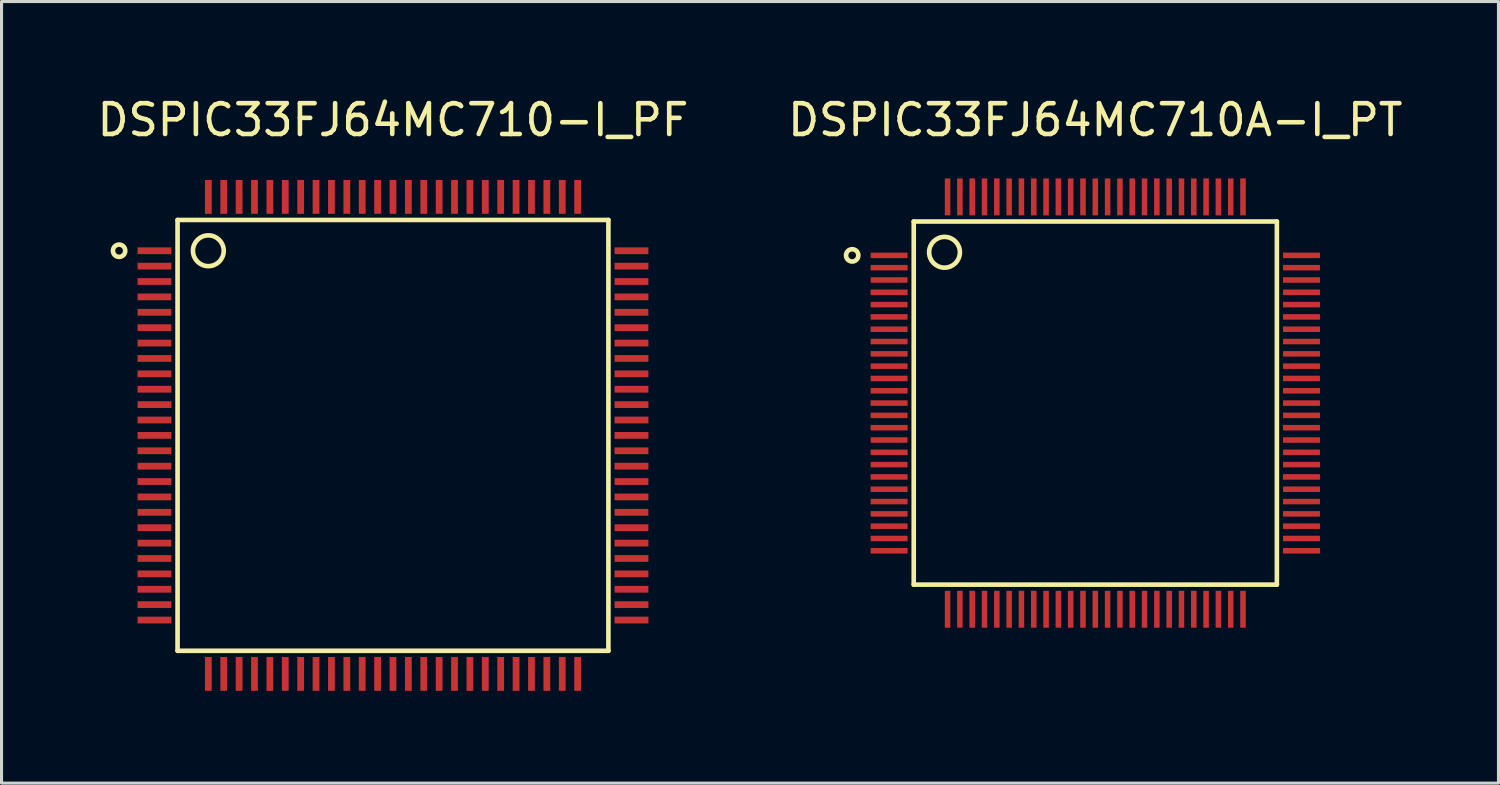
<source format=kicad_pcb>
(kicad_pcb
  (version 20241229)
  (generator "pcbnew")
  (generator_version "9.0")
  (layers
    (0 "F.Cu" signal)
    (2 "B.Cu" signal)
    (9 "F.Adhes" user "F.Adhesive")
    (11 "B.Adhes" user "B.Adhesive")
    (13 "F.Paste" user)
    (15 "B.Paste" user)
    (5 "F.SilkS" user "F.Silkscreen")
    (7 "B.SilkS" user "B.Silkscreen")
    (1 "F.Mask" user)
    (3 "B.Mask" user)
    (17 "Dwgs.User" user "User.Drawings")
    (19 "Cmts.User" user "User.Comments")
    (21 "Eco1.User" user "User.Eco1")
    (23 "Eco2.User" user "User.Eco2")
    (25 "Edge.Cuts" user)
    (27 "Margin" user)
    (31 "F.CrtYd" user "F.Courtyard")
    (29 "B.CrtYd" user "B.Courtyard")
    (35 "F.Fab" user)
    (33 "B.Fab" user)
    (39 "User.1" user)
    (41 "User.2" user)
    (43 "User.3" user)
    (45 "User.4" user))
  (footprint "DSPIC33FJ64MC710-I_PF"
    (layer "F.Cu")
    (at 1.97 3.348)
    (property "Reference" "DSPIC33FJ64MC710-I_PF" (at 7.75 -2.5 0) (layer "F.SilkS") (effects (font (size 1 1) (thickness 0.15))))
    (attr through_hole)
    (fp_line (start 0.75 0.75) (end 0.75 14.75) (stroke (width 0.15) (type solid)) (layer "F.SilkS"))
    (fp_line (start 0.75 0.75) (end 14.75 0.75) (stroke (width 0.15) (type solid)) (layer "F.SilkS"))
    (fp_line (start 0.75 14.75) (end 14.75 14.75) (stroke (width 0.15) (type solid)) (layer "F.SilkS"))
    (fp_line (start 14.75 14.75) (end 14.75 0.75) (stroke (width 0.15) (type solid)) (layer "F.SilkS"))
    (fp_circle (center -1.15 1.75) (end -1.15 1.55) (stroke (width 0.15) (type solid)) (fill no) (layer "F.SilkS"))
    (fp_circle (center 1.75 1.75) (end 1.75 1.25) (stroke (width 0.15) (type solid)) (fill no) (layer "F.SilkS"))
    (pad "1" smd rect (at 0 1.75) (size 1.1 0.22) (layers "F.Cu" "F.Mask" "F.Paste"))
    (pad "2" smd rect (at 0 2.25) (size 1.1 0.22) (layers "F.Cu" "F.Mask" "F.Paste"))
    (pad "3" smd rect (at 0 2.75) (size 1.1 0.22) (layers "F.Cu" "F.Mask" "F.Paste"))
    (pad "4" smd rect (at 0 3.25) (size 1.1 0.22) (layers "F.Cu" "F.Mask" "F.Paste"))
    (pad "5" smd rect (at 0 3.75) (size 1.1 0.22) (layers "F.Cu" "F.Mask" "F.Paste"))
    (pad "6" smd rect (at 0 4.25) (size 1.1 0.22) (layers "F.Cu" "F.Mask" "F.Paste"))
    (pad "7" smd rect (at 0 4.75) (size 1.1 0.22) (layers "F.Cu" "F.Mask" "F.Paste"))
    (pad "8" smd rect (at 0 5.25) (size 1.1 0.22) (layers "F.Cu" "F.Mask" "F.Paste"))
    (pad "9" smd rect (at 0 5.75) (size 1.1 0.22) (layers "F.Cu" "F.Mask" "F.Paste"))
    (pad "10" smd rect (at 0 6.25) (size 1.1 0.22) (layers "F.Cu" "F.Mask" "F.Paste"))
    (pad "11" smd rect (at 0 6.75) (size 1.1 0.22) (layers "F.Cu" "F.Mask" "F.Paste"))
    (pad "12" smd rect (at 0 7.25) (size 1.1 0.22) (layers "F.Cu" "F.Mask" "F.Paste"))
    (pad "13" smd rect (at 0 7.75) (size 1.1 0.22) (layers "F.Cu" "F.Mask" "F.Paste"))
    (pad "14" smd rect (at 0 8.25) (size 1.1 0.22) (layers "F.Cu" "F.Mask" "F.Paste"))
    (pad "15" smd rect (at 0 8.75) (size 1.1 0.22) (layers "F.Cu" "F.Mask" "F.Paste"))
    (pad "16" smd rect (at 0 9.25) (size 1.1 0.22) (layers "F.Cu" "F.Mask" "F.Paste"))
    (pad "17" smd rect (at 0 9.75) (size 1.1 0.22) (layers "F.Cu" "F.Mask" "F.Paste"))
    (pad "18" smd rect (at 0 10.25) (size 1.1 0.22) (layers "F.Cu" "F.Mask" "F.Paste"))
    (pad "19" smd rect (at 0 10.75) (size 1.1 0.22) (layers "F.Cu" "F.Mask" "F.Paste"))
    (pad "20" smd rect (at 0 11.25) (size 1.1 0.22) (layers "F.Cu" "F.Mask" "F.Paste"))
    (pad "21" smd rect (at 0 11.75) (size 1.1 0.22) (layers "F.Cu" "F.Mask" "F.Paste"))
    (pad "22" smd rect (at 0 12.25) (size 1.1 0.22) (layers "F.Cu" "F.Mask" "F.Paste"))
    (pad "23" smd rect (at 0 12.75) (size 1.1 0.22) (layers "F.Cu" "F.Mask" "F.Paste"))
    (pad "24" smd rect (at 0 13.25) (size 1.1 0.22) (layers "F.Cu" "F.Mask" "F.Paste"))
    (pad "25" smd rect (at 0 13.75) (size 1.1 0.22) (layers "F.Cu" "F.Mask" "F.Paste"))
    (pad "26" smd rect (at 1.75 15.5) (size 0.22 1.1) (layers "F.Cu" "F.Mask" "F.Paste"))
    (pad "27" smd rect (at 2.25 15.5) (size 0.22 1.1) (layers "F.Cu" "F.Mask" "F.Paste"))
    (pad "28" smd rect (at 2.75 15.5) (size 0.22 1.1) (layers "F.Cu" "F.Mask" "F.Paste"))
    (pad "29" smd rect (at 3.25 15.5) (size 0.22 1.1) (layers "F.Cu" "F.Mask" "F.Paste"))
    (pad "30" smd rect (at 3.75 15.5) (size 0.22 1.1) (layers "F.Cu" "F.Mask" "F.Paste"))
    (pad "31" smd rect (at 4.25 15.5) (size 0.22 1.1) (layers "F.Cu" "F.Mask" "F.Paste"))
    (pad "32" smd rect (at 4.75 15.5) (size 0.22 1.1) (layers "F.Cu" "F.Mask" "F.Paste"))
    (pad "33" smd rect (at 5.25 15.5) (size 0.22 1.1) (layers "F.Cu" "F.Mask" "F.Paste"))
    (pad "34" smd rect (at 5.75 15.5) (size 0.22 1.1) (layers "F.Cu" "F.Mask" "F.Paste"))
    (pad "35" smd rect (at 6.25 15.5) (size 0.22 1.1) (layers "F.Cu" "F.Mask" "F.Paste"))
    (pad "36" smd rect (at 6.75 15.5) (size 0.22 1.1) (layers "F.Cu" "F.Mask" "F.Paste"))
    (pad "37" smd rect (at 7.25 15.5) (size 0.22 1.1) (layers "F.Cu" "F.Mask" "F.Paste"))
    (pad "38" smd rect (at 7.75 15.5) (size 0.22 1.1) (layers "F.Cu" "F.Mask" "F.Paste"))
    (pad "39" smd rect (at 8.25 15.5) (size 0.22 1.1) (layers "F.Cu" "F.Mask" "F.Paste"))
    (pad "40" smd rect (at 8.75 15.5) (size 0.22 1.1) (layers "F.Cu" "F.Mask" "F.Paste"))
    (pad "41" smd rect (at 9.25 15.5) (size 0.22 1.1) (layers "F.Cu" "F.Mask" "F.Paste"))
    (pad "42" smd rect (at 9.75 15.5) (size 0.22 1.1) (layers "F.Cu" "F.Mask" "F.Paste"))
    (pad "43" smd rect (at 10.25 15.5) (size 0.22 1.1) (layers "F.Cu" "F.Mask" "F.Paste"))
    (pad "44" smd rect (at 10.75 15.5) (size 0.22 1.1) (layers "F.Cu" "F.Mask" "F.Paste"))
    (pad "45" smd rect (at 11.25 15.5) (size 0.22 1.1) (layers "F.Cu" "F.Mask" "F.Paste"))
    (pad "46" smd rect (at 11.75 15.5) (size 0.22 1.1) (layers "F.Cu" "F.Mask" "F.Paste"))
    (pad "47" smd rect (at 12.25 15.5) (size 0.22 1.1) (layers "F.Cu" "F.Mask" "F.Paste"))
    (pad "48" smd rect (at 12.75 15.5) (size 0.22 1.1) (layers "F.Cu" "F.Mask" "F.Paste"))
    (pad "49" smd rect (at 13.25 15.5) (size 0.22 1.1) (layers "F.Cu" "F.Mask" "F.Paste"))
    (pad "50" smd rect (at 13.75 15.5) (size 0.22 1.1) (layers "F.Cu" "F.Mask" "F.Paste"))
    (pad "51" smd rect (at 15.5 13.75) (size 1.1 0.22) (layers "F.Cu" "F.Mask" "F.Paste"))
    (pad "52" smd rect (at 15.5 13.25) (size 1.1 0.22) (layers "F.Cu" "F.Mask" "F.Paste"))
    (pad "53" smd rect (at 15.5 12.75) (size 1.1 0.22) (layers "F.Cu" "F.Mask" "F.Paste"))
    (pad "54" smd rect (at 15.5 12.25) (size 1.1 0.22) (layers "F.Cu" "F.Mask" "F.Paste"))
    (pad "55" smd rect (at 15.5 11.75) (size 1.1 0.22) (layers "F.Cu" "F.Mask" "F.Paste"))
    (pad "56" smd rect (at 15.5 11.25) (size 1.1 0.22) (layers "F.Cu" "F.Mask" "F.Paste"))
    (pad "57" smd rect (at 15.5 10.75) (size 1.1 0.22) (layers "F.Cu" "F.Mask" "F.Paste"))
    (pad "58" smd rect (at 15.5 10.25) (size 1.1 0.22) (layers "F.Cu" "F.Mask" "F.Paste"))
    (pad "59" smd rect (at 15.5 9.75) (size 1.1 0.22) (layers "F.Cu" "F.Mask" "F.Paste"))
    (pad "60" smd rect (at 15.5 9.25) (size 1.1 0.22) (layers "F.Cu" "F.Mask" "F.Paste"))
    (pad "61" smd rect (at 15.5 8.75) (size 1.1 0.22) (layers "F.Cu" "F.Mask" "F.Paste"))
    (pad "62" smd rect (at 15.5 8.25) (size 1.1 0.22) (layers "F.Cu" "F.Mask" "F.Paste"))
    (pad "63" smd rect (at 15.5 7.75) (size 1.1 0.22) (layers "F.Cu" "F.Mask" "F.Paste"))
    (pad "64" smd rect (at 15.5 7.25) (size 1.1 0.22) (layers "F.Cu" "F.Mask" "F.Paste"))
    (pad "65" smd rect (at 15.5 6.75) (size 1.1 0.22) (layers "F.Cu" "F.Mask" "F.Paste"))
    (pad "66" smd rect (at 15.5 6.25) (size 1.1 0.22) (layers "F.Cu" "F.Mask" "F.Paste"))
    (pad "67" smd rect (at 15.5 5.75) (size 1.1 0.22) (layers "F.Cu" "F.Mask" "F.Paste"))
    (pad "68" smd rect (at 15.5 5.25) (size 1.1 0.22) (layers "F.Cu" "F.Mask" "F.Paste"))
    (pad "69" smd rect (at 15.5 4.75) (size 1.1 0.22) (layers "F.Cu" "F.Mask" "F.Paste"))
    (pad "70" smd rect (at 15.5 4.25) (size 1.1 0.22) (layers "F.Cu" "F.Mask" "F.Paste"))
    (pad "71" smd rect (at 15.5 3.75) (size 1.1 0.22) (layers "F.Cu" "F.Mask" "F.Paste"))
    (pad "72" smd rect (at 15.5 3.25) (size 1.1 0.22) (layers "F.Cu" "F.Mask" "F.Paste"))
    (pad "73" smd rect (at 15.5 2.75) (size 1.1 0.22) (layers "F.Cu" "F.Mask" "F.Paste"))
    (pad "74" smd rect (at 15.5 2.25) (size 1.1 0.22) (layers "F.Cu" "F.Mask" "F.Paste"))
    (pad "75" smd rect (at 15.5 1.75) (size 1.1 0.22) (layers "F.Cu" "F.Mask" "F.Paste"))
    (pad "76" smd rect (at 13.75 0) (size 0.22 1.1) (layers "F.Cu" "F.Mask" "F.Paste"))
    (pad "77" smd rect (at 13.25 0) (size 0.22 1.1) (layers "F.Cu" "F.Mask" "F.Paste"))
    (pad "78" smd rect (at 12.75 0) (size 0.22 1.1) (layers "F.Cu" "F.Mask" "F.Paste"))
    (pad "79" smd rect (at 12.25 0) (size 0.22 1.1) (layers "F.Cu" "F.Mask" "F.Paste"))
    (pad "80" smd rect (at 11.75 0) (size 0.22 1.1) (layers "F.Cu" "F.Mask" "F.Paste"))
    (pad "81" smd rect (at 11.25 0) (size 0.22 1.1) (layers "F.Cu" "F.Mask" "F.Paste"))
    (pad "82" smd rect (at 10.75 0) (size 0.22 1.1) (layers "F.Cu" "F.Mask" "F.Paste"))
    (pad "83" smd rect (at 10.25 0) (size 0.22 1.1) (layers "F.Cu" "F.Mask" "F.Paste"))
    (pad "84" smd rect (at 9.75 0) (size 0.22 1.1) (layers "F.Cu" "F.Mask" "F.Paste"))
    (pad "85" smd rect (at 9.25 0) (size 0.22 1.1) (layers "F.Cu" "F.Mask" "F.Paste"))
    (pad "86" smd rect (at 8.75 0) (size 0.22 1.1) (layers "F.Cu" "F.Mask" "F.Paste"))
    (pad "87" smd rect (at 8.25 0) (size 0.22 1.1) (layers "F.Cu" "F.Mask" "F.Paste"))
    (pad "88" smd rect (at 7.75 0) (size 0.22 1.1) (layers "F.Cu" "F.Mask" "F.Paste"))
    (pad "89" smd rect (at 7.25 0) (size 0.22 1.1) (layers "F.Cu" "F.Mask" "F.Paste"))
    (pad "90" smd rect (at 6.75 0) (size 0.22 1.1) (layers "F.Cu" "F.Mask" "F.Paste"))
    (pad "91" smd rect (at 6.25 0) (size 0.22 1.1) (layers "F.Cu" "F.Mask" "F.Paste"))
    (pad "92" smd rect (at 5.75 0) (size 0.22 1.1) (layers "F.Cu" "F.Mask" "F.Paste"))
    (pad "93" smd rect (at 5.25 0) (size 0.22 1.1) (layers "F.Cu" "F.Mask" "F.Paste"))
    (pad "94" smd rect (at 4.75 0) (size 0.22 1.1) (layers "F.Cu" "F.Mask" "F.Paste"))
    (pad "95" smd rect (at 4.25 0) (size 0.22 1.1) (layers "F.Cu" "F.Mask" "F.Paste"))
    (pad "96" smd rect (at 3.75 0) (size 0.22 1.1) (layers "F.Cu" "F.Mask" "F.Paste"))
    (pad "97" smd rect (at 3.25 0) (size 0.22 1.1) (layers "F.Cu" "F.Mask" "F.Paste"))
    (pad "98" smd rect (at 2.75 0) (size 0.22 1.1) (layers "F.Cu" "F.Mask" "F.Paste"))
    (pad "99" smd rect (at 2.25 0) (size 0.22 1.1) (layers "F.Cu" "F.Mask" "F.Paste"))
    (pad "100" smd rect (at 1.75 0) (size 0.22 1.1) (layers "F.Cu" "F.Mask" "F.Paste")))
  (footprint "DSPIC33FJ64MC710A-I_PT"
    (layer "F.Cu")
    (at 25.842 3.348)
    (property "Reference" "DSPIC33FJ64MC710A-I_PT" (at 6.7 -2.5 0) (layer "F.SilkS") (effects (font (size 1 1) (thickness 0.15))))
    (attr through_hole)
    (fp_line (start 0.8 0.8) (end 0.8 12.6) (stroke (width 0.15) (type solid)) (layer "F.SilkS"))
    (fp_line (start 0.8 0.8) (end 12.6 0.8) (stroke (width 0.15) (type solid)) (layer "F.SilkS"))
    (fp_line (start 0.8 12.6) (end 12.6 12.6) (stroke (width 0.15) (type solid)) (layer "F.SilkS"))
    (fp_line (start 12.6 12.6) (end 12.6 0.8) (stroke (width 0.15) (type solid)) (layer "F.SilkS"))
    (fp_circle (center -1.2 1.9) (end -1.2 1.7) (stroke (width 0.15) (type solid)) (fill no) (layer "F.SilkS"))
    (fp_circle (center 1.8 1.8) (end 1.8 1.3) (stroke (width 0.15) (type solid)) (fill no) (layer "F.SilkS"))
    (pad "1" smd rect (at 0 1.9) (size 1.2 0.18) (layers "F.Cu" "F.Mask" "F.Paste"))
    (pad "2" smd rect (at 0 2.3) (size 1.2 0.18) (layers "F.Cu" "F.Mask" "F.Paste"))
    (pad "3" smd rect (at 0 2.7) (size 1.2 0.18) (layers "F.Cu" "F.Mask" "F.Paste"))
    (pad "4" smd rect (at 0 3.1) (size 1.2 0.18) (layers "F.Cu" "F.Mask" "F.Paste"))
    (pad "5" smd rect (at 0 3.5) (size 1.2 0.18) (layers "F.Cu" "F.Mask" "F.Paste"))
    (pad "6" smd rect (at 0 3.9) (size 1.2 0.18) (layers "F.Cu" "F.Mask" "F.Paste"))
    (pad "7" smd rect (at 0 4.3) (size 1.2 0.18) (layers "F.Cu" "F.Mask" "F.Paste"))
    (pad "8" smd rect (at 0 4.7) (size 1.2 0.18) (layers "F.Cu" "F.Mask" "F.Paste"))
    (pad "9" smd rect (at 0 5.1) (size 1.2 0.18) (layers "F.Cu" "F.Mask" "F.Paste"))
    (pad "10" smd rect (at 0 5.5) (size 1.2 0.18) (layers "F.Cu" "F.Mask" "F.Paste"))
    (pad "11" smd rect (at 0 5.9) (size 1.2 0.18) (layers "F.Cu" "F.Mask" "F.Paste"))
    (pad "12" smd rect (at 0 6.3) (size 1.2 0.18) (layers "F.Cu" "F.Mask" "F.Paste"))
    (pad "13" smd rect (at 0 6.7) (size 1.2 0.18) (layers "F.Cu" "F.Mask" "F.Paste"))
    (pad "14" smd rect (at 0 7.1) (size 1.2 0.18) (layers "F.Cu" "F.Mask" "F.Paste"))
    (pad "15" smd rect (at 0 7.5) (size 1.2 0.18) (layers "F.Cu" "F.Mask" "F.Paste"))
    (pad "16" smd rect (at 0 7.9) (size 1.2 0.18) (layers "F.Cu" "F.Mask" "F.Paste"))
    (pad "17" smd rect (at 0 8.3) (size 1.2 0.18) (layers "F.Cu" "F.Mask" "F.Paste"))
    (pad "18" smd rect (at 0 8.7) (size 1.2 0.18) (layers "F.Cu" "F.Mask" "F.Paste"))
    (pad "19" smd rect (at 0 9.1) (size 1.2 0.18) (layers "F.Cu" "F.Mask" "F.Paste"))
    (pad "20" smd rect (at 0 9.5) (size 1.2 0.18) (layers "F.Cu" "F.Mask" "F.Paste"))
    (pad "21" smd rect (at 0 9.9) (size 1.2 0.18) (layers "F.Cu" "F.Mask" "F.Paste"))
    (pad "22" smd rect (at 0 10.3) (size 1.2 0.18) (layers "F.Cu" "F.Mask" "F.Paste"))
    (pad "23" smd rect (at 0 10.7) (size 1.2 0.18) (layers "F.Cu" "F.Mask" "F.Paste"))
    (pad "24" smd rect (at 0 11.1) (size 1.2 0.18) (layers "F.Cu" "F.Mask" "F.Paste"))
    (pad "25" smd rect (at 0 11.5) (size 1.2 0.18) (layers "F.Cu" "F.Mask" "F.Paste"))
    (pad "26" smd rect (at 1.9 13.4) (size 0.18 1.2) (layers "F.Cu" "F.Mask" "F.Paste"))
    (pad "27" smd rect (at 2.3 13.4) (size 0.18 1.2) (layers "F.Cu" "F.Mask" "F.Paste"))
    (pad "28" smd rect (at 2.7 13.4) (size 0.18 1.2) (layers "F.Cu" "F.Mask" "F.Paste"))
    (pad "29" smd rect (at 3.1 13.4) (size 0.18 1.2) (layers "F.Cu" "F.Mask" "F.Paste"))
    (pad "30" smd rect (at 3.5 13.4) (size 0.18 1.2) (layers "F.Cu" "F.Mask" "F.Paste"))
    (pad "31" smd rect (at 3.9 13.4) (size 0.18 1.2) (layers "F.Cu" "F.Mask" "F.Paste"))
    (pad "32" smd rect (at 4.3 13.4) (size 0.18 1.2) (layers "F.Cu" "F.Mask" "F.Paste"))
    (pad "33" smd rect (at 4.7 13.4) (size 0.18 1.2) (layers "F.Cu" "F.Mask" "F.Paste"))
    (pad "34" smd rect (at 5.1 13.4) (size 0.18 1.2) (layers "F.Cu" "F.Mask" "F.Paste"))
    (pad "35" smd rect (at 5.5 13.4) (size 0.18 1.2) (layers "F.Cu" "F.Mask" "F.Paste"))
    (pad "36" smd rect (at 5.9 13.4) (size 0.18 1.2) (layers "F.Cu" "F.Mask" "F.Paste"))
    (pad "37" smd rect (at 6.3 13.4) (size 0.18 1.2) (layers "F.Cu" "F.Mask" "F.Paste"))
    (pad "38" smd rect (at 6.7 13.4) (size 0.18 1.2) (layers "F.Cu" "F.Mask" "F.Paste"))
    (pad "39" smd rect (at 7.1 13.4) (size 0.18 1.2) (layers "F.Cu" "F.Mask" "F.Paste"))
    (pad "40" smd rect (at 7.5 13.4) (size 0.18 1.2) (layers "F.Cu" "F.Mask" "F.Paste"))
    (pad "41" smd rect (at 7.9 13.4) (size 0.18 1.2) (layers "F.Cu" "F.Mask" "F.Paste"))
    (pad "42" smd rect (at 8.3 13.4) (size 0.18 1.2) (layers "F.Cu" "F.Mask" "F.Paste"))
    (pad "43" smd rect (at 8.7 13.4) (size 0.18 1.2) (layers "F.Cu" "F.Mask" "F.Paste"))
    (pad "44" smd rect (at 9.1 13.4) (size 0.18 1.2) (layers "F.Cu" "F.Mask" "F.Paste"))
    (pad "45" smd rect (at 9.5 13.4) (size 0.18 1.2) (layers "F.Cu" "F.Mask" "F.Paste"))
    (pad "46" smd rect (at 9.9 13.4) (size 0.18 1.2) (layers "F.Cu" "F.Mask" "F.Paste"))
    (pad "47" smd rect (at 10.3 13.4) (size 0.18 1.2) (layers "F.Cu" "F.Mask" "F.Paste"))
    (pad "48" smd rect (at 10.7 13.4) (size 0.18 1.2) (layers "F.Cu" "F.Mask" "F.Paste"))
    (pad "49" smd rect (at 11.1 13.4) (size 0.18 1.2) (layers "F.Cu" "F.Mask" "F.Paste"))
    (pad "50" smd rect (at 11.5 13.4) (size 0.18 1.2) (layers "F.Cu" "F.Mask" "F.Paste"))
    (pad "51" smd rect (at 13.4 11.5) (size 1.2 0.18) (layers "F.Cu" "F.Mask" "F.Paste"))
    (pad "52" smd rect (at 13.4 11.1) (size 1.2 0.18) (layers "F.Cu" "F.Mask" "F.Paste"))
    (pad "53" smd rect (at 13.4 10.7) (size 1.2 0.18) (layers "F.Cu" "F.Mask" "F.Paste"))
    (pad "54" smd rect (at 13.4 10.3) (size 1.2 0.18) (layers "F.Cu" "F.Mask" "F.Paste"))
    (pad "55" smd rect (at 13.4 9.9) (size 1.2 0.18) (layers "F.Cu" "F.Mask" "F.Paste"))
    (pad "56" smd rect (at 13.4 9.5) (size 1.2 0.18) (layers "F.Cu" "F.Mask" "F.Paste"))
    (pad "57" smd rect (at 13.4 9.1) (size 1.2 0.18) (layers "F.Cu" "F.Mask" "F.Paste"))
    (pad "58" smd rect (at 13.4 8.7) (size 1.2 0.18) (layers "F.Cu" "F.Mask" "F.Paste"))
    (pad "59" smd rect (at 13.4 8.3) (size 1.2 0.18) (layers "F.Cu" "F.Mask" "F.Paste"))
    (pad "60" smd rect (at 13.4 7.9) (size 1.2 0.18) (layers "F.Cu" "F.Mask" "F.Paste"))
    (pad "61" smd rect (at 13.4 7.5) (size 1.2 0.18) (layers "F.Cu" "F.Mask" "F.Paste"))
    (pad "62" smd rect (at 13.4 7.1) (size 1.2 0.18) (layers "F.Cu" "F.Mask" "F.Paste"))
    (pad "63" smd rect (at 13.4 6.7) (size 1.2 0.18) (layers "F.Cu" "F.Mask" "F.Paste"))
    (pad "64" smd rect (at 13.4 6.3) (size 1.2 0.18) (layers "F.Cu" "F.Mask" "F.Paste"))
    (pad "65" smd rect (at 13.4 5.9) (size 1.2 0.18) (layers "F.Cu" "F.Mask" "F.Paste"))
    (pad "66" smd rect (at 13.4 5.5) (size 1.2 0.18) (layers "F.Cu" "F.Mask" "F.Paste"))
    (pad "67" smd rect (at 13.4 5.1) (size 1.2 0.18) (layers "F.Cu" "F.Mask" "F.Paste"))
    (pad "68" smd rect (at 13.4 4.7) (size 1.2 0.18) (layers "F.Cu" "F.Mask" "F.Paste"))
    (pad "69" smd rect (at 13.4 4.3) (size 1.2 0.18) (layers "F.Cu" "F.Mask" "F.Paste"))
    (pad "70" smd rect (at 13.4 3.9) (size 1.2 0.18) (layers "F.Cu" "F.Mask" "F.Paste"))
    (pad "71" smd rect (at 13.4 3.5) (size 1.2 0.18) (layers "F.Cu" "F.Mask" "F.Paste"))
    (pad "72" smd rect (at 13.4 3.1) (size 1.2 0.18) (layers "F.Cu" "F.Mask" "F.Paste"))
    (pad "73" smd rect (at 13.4 2.7) (size 1.2 0.18) (layers "F.Cu" "F.Mask" "F.Paste"))
    (pad "74" smd rect (at 13.4 2.3) (size 1.2 0.18) (layers "F.Cu" "F.Mask" "F.Paste"))
    (pad "75" smd rect (at 13.4 1.9) (size 1.2 0.18) (layers "F.Cu" "F.Mask" "F.Paste"))
    (pad "76" smd rect (at 11.5 0) (size 0.18 1.2) (layers "F.Cu" "F.Mask" "F.Paste"))
    (pad "77" smd rect (at 11.1 0) (size 0.18 1.2) (layers "F.Cu" "F.Mask" "F.Paste"))
    (pad "78" smd rect (at 10.7 0) (size 0.18 1.2) (layers "F.Cu" "F.Mask" "F.Paste"))
    (pad "79" smd rect (at 10.3 0) (size 0.18 1.2) (layers "F.Cu" "F.Mask" "F.Paste"))
    (pad "80" smd rect (at 9.9 0) (size 0.18 1.2) (layers "F.Cu" "F.Mask" "F.Paste"))
    (pad "81" smd rect (at 9.5 0) (size 0.18 1.2) (layers "F.Cu" "F.Mask" "F.Paste"))
    (pad "82" smd rect (at 9.1 0) (size 0.18 1.2) (layers "F.Cu" "F.Mask" "F.Paste"))
    (pad "83" smd rect (at 8.7 0) (size 0.18 1.2) (layers "F.Cu" "F.Mask" "F.Paste"))
    (pad "84" smd rect (at 8.3 0) (size 0.18 1.2) (layers "F.Cu" "F.Mask" "F.Paste"))
    (pad "85" smd rect (at 7.9 0) (size 0.18 1.2) (layers "F.Cu" "F.Mask" "F.Paste"))
    (pad "86" smd rect (at 7.5 0) (size 0.18 1.2) (layers "F.Cu" "F.Mask" "F.Paste"))
    (pad "87" smd rect (at 7.1 0) (size 0.18 1.2) (layers "F.Cu" "F.Mask" "F.Paste"))
    (pad "88" smd rect (at 6.7 0) (size 0.18 1.2) (layers "F.Cu" "F.Mask" "F.Paste"))
    (pad "89" smd rect (at 6.3 0) (size 0.18 1.2) (layers "F.Cu" "F.Mask" "F.Paste"))
    (pad "90" smd rect (at 5.9 0) (size 0.18 1.2) (layers "F.Cu" "F.Mask" "F.Paste"))
    (pad "91" smd rect (at 5.5 0) (size 0.18 1.2) (layers "F.Cu" "F.Mask" "F.Paste"))
    (pad "92" smd rect (at 5.1 0) (size 0.18 1.2) (layers "F.Cu" "F.Mask" "F.Paste"))
    (pad "93" smd rect (at 4.7 0) (size 0.18 1.2) (layers "F.Cu" "F.Mask" "F.Paste"))
    (pad "94" smd rect (at 4.3 0) (size 0.18 1.2) (layers "F.Cu" "F.Mask" "F.Paste"))
    (pad "95" smd rect (at 3.9 0) (size 0.18 1.2) (layers "F.Cu" "F.Mask" "F.Paste"))
    (pad "96" smd rect (at 3.5 0) (size 0.18 1.2) (layers "F.Cu" "F.Mask" "F.Paste"))
    (pad "97" smd rect (at 3.1 0) (size 0.18 1.2) (layers "F.Cu" "F.Mask" "F.Paste"))
    (pad "98" smd rect (at 2.7 0) (size 0.18 1.2) (layers "F.Cu" "F.Mask" "F.Paste"))
    (pad "99" smd rect (at 2.3 0) (size 0.18 1.2) (layers "F.Cu" "F.Mask" "F.Paste"))
    (pad "100" smd rect (at 1.9 0) (size 0.18 1.2) (layers "F.Cu" "F.Mask" "F.Paste")))
  (gr_rect
    (start -3 -3)
    (end 45.643 22.398)
    (stroke (width 0.1) (type default))
    (fill no)
    (layer "Edge.Cuts")))
</source>
